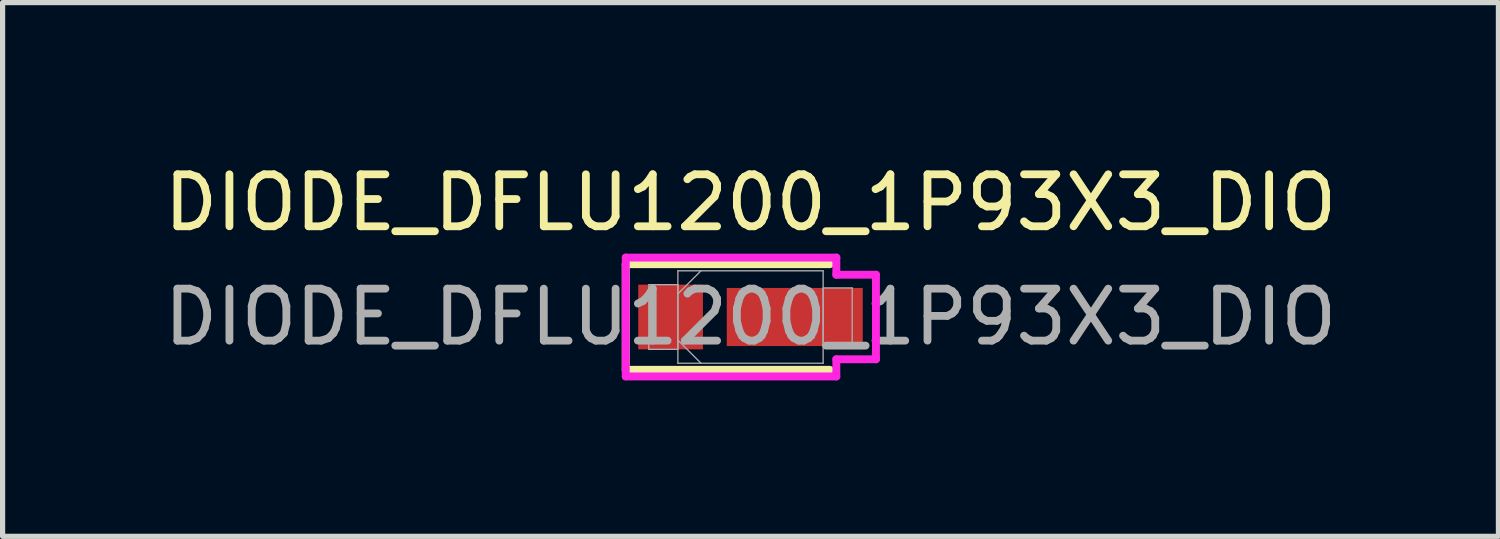
<source format=kicad_pcb>
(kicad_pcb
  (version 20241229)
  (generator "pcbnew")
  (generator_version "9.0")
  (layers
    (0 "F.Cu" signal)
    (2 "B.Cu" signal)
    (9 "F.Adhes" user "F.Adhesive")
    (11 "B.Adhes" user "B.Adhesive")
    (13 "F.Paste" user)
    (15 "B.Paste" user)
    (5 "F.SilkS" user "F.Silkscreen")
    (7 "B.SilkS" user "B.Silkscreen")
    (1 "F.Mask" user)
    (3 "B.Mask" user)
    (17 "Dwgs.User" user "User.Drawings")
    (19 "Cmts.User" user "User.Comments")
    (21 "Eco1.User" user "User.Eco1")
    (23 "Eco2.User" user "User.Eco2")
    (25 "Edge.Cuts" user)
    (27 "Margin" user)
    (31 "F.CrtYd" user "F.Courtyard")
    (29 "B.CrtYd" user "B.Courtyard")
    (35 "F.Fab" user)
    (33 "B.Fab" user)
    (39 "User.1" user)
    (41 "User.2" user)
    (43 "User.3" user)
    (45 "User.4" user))
  (footprint "DIODE_DFLU1200_1P93X3_DIO"
    (layer "F.Cu")
    (at 11.387 3.048)
    (property "Reference" "DIODE_DFLU1200_1P93X3_DIO" (at 0 -2.2 0) (unlocked yes) (layer "F.SilkS") (effects (font (size 1 1) (thickness 0.15))))
    (attr smd)
    (fp_line (start -2.4 -1.016) (end -2.4 1.016) (stroke (width 0.152) (type solid)) (layer "F.SilkS"))
    (fp_line (start -2.4 1.016) (end 1.524 1.016) (stroke (width 0.152) (type solid)) (layer "F.SilkS"))
    (fp_line (start 1.524 -1.016) (end -2.4 -1.016) (stroke (width 0.152) (type solid)) (layer "F.SilkS"))
    (fp_line (start -2.4 -1.143) (end 1.651 -1.143) (stroke (width 0.152) (type solid)) (layer "F.CrtYd"))
    (fp_line (start -2.4 1.143) (end -2.4 -1.143) (stroke (width 0.152) (type solid)) (layer "F.CrtYd"))
    (fp_line (start 1.651 -1.143) (end 1.651 -0.813) (stroke (width 0.152) (type solid)) (layer "F.CrtYd"))
    (fp_line (start 1.651 -0.813) (end 2.413 -0.813) (stroke (width 0.152) (type solid)) (layer "F.CrtYd"))
    (fp_line (start 1.651 0.813) (end 1.651 1.143) (stroke (width 0.152) (type solid)) (layer "F.CrtYd"))
    (fp_line (start 1.651 1.143) (end -2.4 1.143) (stroke (width 0.152) (type solid)) (layer "F.CrtYd"))
    (fp_line (start 2.413 -0.813) (end 2.413 0.813) (stroke (width 0.152) (type solid)) (layer "F.CrtYd"))
    (fp_line (start 2.413 0.813) (end 1.651 0.813) (stroke (width 0.152) (type solid)) (layer "F.CrtYd"))
    (fp_line (start -1.956 -0.622) (end -1.956 0.622) (stroke (width 0.025) (type solid)) (layer "F.Fab"))
    (fp_line (start -1.956 0.622) (end -1.397 0.622) (stroke (width 0.025) (type solid)) (layer "F.Fab"))
    (fp_line (start -1.397 -0.889) (end -1.397 0.889) (stroke (width 0.025) (type solid)) (layer "F.Fab"))
    (fp_line (start -1.397 -0.622) (end -1.956 -0.622) (stroke (width 0.025) (type solid)) (layer "F.Fab"))
    (fp_line (start -1.397 -0.445) (end -0.953 -0.889) (stroke (width 0.025) (type solid)) (layer "F.Fab"))
    (fp_line (start -1.397 0.445) (end -0.953 0.889) (stroke (width 0.025) (type solid)) (layer "F.Fab"))
    (fp_line (start -1.397 0.622) (end -1.397 -0.622) (stroke (width 0.025) (type solid)) (layer "F.Fab"))
    (fp_line (start -1.397 0.889) (end 1.397 0.889) (stroke (width 0.025) (type solid)) (layer "F.Fab"))
    (fp_line (start 1.397 -0.889) (end -1.397 -0.889) (stroke (width 0.025) (type solid)) (layer "F.Fab"))
    (fp_line (start 1.397 -0.559) (end 1.397 0.559) (stroke (width 0.025) (type solid)) (layer "F.Fab"))
    (fp_line (start 1.397 0.559) (end 1.956 0.559) (stroke (width 0.025) (type solid)) (layer "F.Fab"))
    (fp_line (start 1.397 0.889) (end 1.397 -0.889) (stroke (width 0.025) (type solid)) (layer "F.Fab"))
    (fp_line (start 1.956 -0.559) (end 1.397 -0.559) (stroke (width 0.025) (type solid)) (layer "F.Fab"))
    (fp_line (start 1.956 0.559) (end 1.956 -0.559) (stroke (width 0.025) (type solid)) (layer "F.Fab"))
    (fp_text user "${REFERENCE}" (at 0 0 0) (unlocked yes) (layer "F.Fab") (effects (font (size 1 1) (thickness 0.15))))
    (pad "1" smd rect (at -1.537 0) (size 1.245 1.245) (layers "F.Cu" "F.Mask" "F.Paste"))
    (pad "2" smd rect (at 0.851 0) (size 2.616 1.118) (layers "F.Cu" "F.Mask" "F.Paste"))
    (zone (net_name "") (layer "F.Cu") (hatch full 0.508) (connect_pads) (min_thickness 0.254) (filled_areas_thickness no) (keepout (tracks not_allowed) (vias not_allowed) (pads allowed) (copperpour not_allowed) (footprints allowed)) (placement (enabled no)) (fill) (polygon (pts (xy 10.523 2.21) (xy 10.879 2.21) (xy 10.879 3.886) (xy 10.523 3.886)))))
  (gr_rect
    (start -3 -3)
    (end 25.774 7.267)
    (stroke (width 0.1) (type default))
    (fill no)
    (layer "Edge.Cuts")))
</source>
